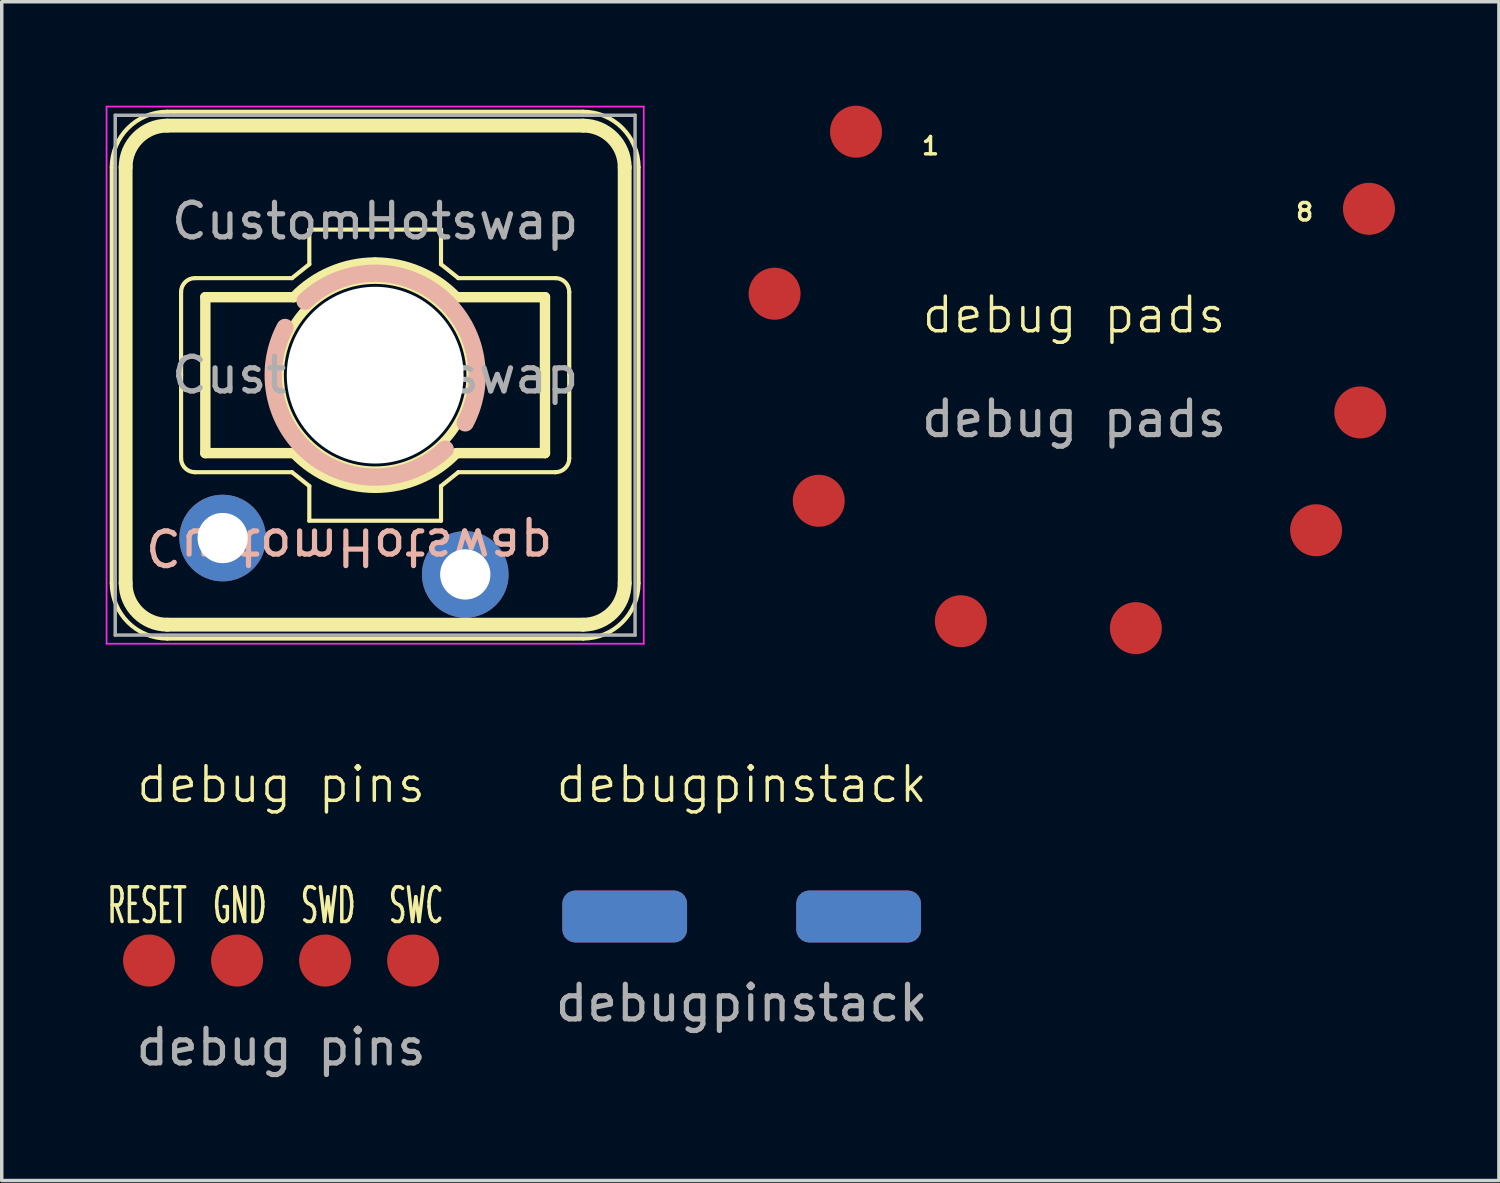
<source format=kicad_pcb>
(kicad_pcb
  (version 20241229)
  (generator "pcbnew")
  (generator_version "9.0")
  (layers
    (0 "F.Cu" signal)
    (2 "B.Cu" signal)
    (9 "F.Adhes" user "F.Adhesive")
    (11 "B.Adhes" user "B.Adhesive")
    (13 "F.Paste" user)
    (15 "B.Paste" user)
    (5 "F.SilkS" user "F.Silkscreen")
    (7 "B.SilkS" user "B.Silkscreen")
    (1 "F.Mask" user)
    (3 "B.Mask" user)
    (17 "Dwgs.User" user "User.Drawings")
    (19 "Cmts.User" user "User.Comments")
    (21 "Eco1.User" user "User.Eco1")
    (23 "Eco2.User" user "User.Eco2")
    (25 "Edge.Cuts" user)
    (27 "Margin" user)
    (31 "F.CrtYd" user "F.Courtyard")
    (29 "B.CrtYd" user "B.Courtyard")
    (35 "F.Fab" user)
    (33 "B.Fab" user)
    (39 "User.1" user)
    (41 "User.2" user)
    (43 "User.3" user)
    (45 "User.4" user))
  (footprint "debugpinstack"
    (layer "F.Cu")
    (at 18.35 23.395)
    (property "Reference" "debugpinstack" (at 0 -3.81 0) (unlocked yes) (layer "F.SilkS") (effects (font (size 1 1) (thickness 0.1))))
    (attr smd)
    (fp_text user "${REFERENCE}" (at 0 2.5 0) (unlocked yes) (layer "F.Fab") (effects (font (size 1 1) (thickness 0.15))))
    (pad "1" smd roundrect (at -3.375 0) (size 3.6 1.5) (layers "F.Cu" "F.Mask" "F.Paste") (roundrect_rratio 0.25))
    (pad "2" smd roundrect (at 3.375 0) (size 3.6 1.5) (layers "F.Cu" "F.Mask" "F.Paste") (roundrect_rratio 0.25))
    (pad "3" smd roundrect (at -3.375 0) (size 3.6 1.5) (layers "B.Cu" "B.Mask" "B.Paste") (roundrect_rratio 0.25))
    (pad "4" smd roundrect (at 3.375 0) (size 3.6 1.5) (layers "B.Cu" "B.Mask" "B.Paste") (roundrect_rratio 0.25)))
  (footprint "CustomHotswap"
    (layer "F.Cu")
    (at 7.775 7.775)
    (property "Reference" "CustomHotswap" (at -0.75 4.95 180) (unlocked yes) (layer "B.SilkS") (effects (font (size 1 1) (thickness 0.15)) (justify mirror)))
    (attr smd)
    (fp_line (start -7.6 6) (end -7.6 -6) (stroke (width 0.12) (type solid)) (layer "F.SilkS"))
    (fp_line (start -7.2 6) (end -7.2 -6) (stroke (width 0.4) (type solid)) (layer "F.SilkS"))
    (fp_line (start -6 -7.6) (end 6 -7.6) (stroke (width 0.12) (type solid)) (layer "F.SilkS"))
    (fp_line (start -6 -7.2) (end 6 -7.2) (stroke (width 0.4) (type solid)) (layer "F.SilkS"))
    (fp_line (start -5.6 -2.4) (end -5.6 0) (stroke (width 0.12) (type solid)) (layer "F.SilkS"))
    (fp_line (start -5.6 2.4) (end -5.6 0) (stroke (width 0.12) (type solid)) (layer "F.SilkS"))
    (fp_line (start -4.9 -2.25) (end -2.347 -2.25) (stroke (width 0.3) (type solid)) (layer "F.SilkS"))
    (fp_line (start -4.9 -2.25) (end -4.9 2.25) (stroke (width 0.3) (type solid)) (layer "F.SilkS"))
    (fp_line (start -4.9 2.25) (end -2.347 2.25) (stroke (width 0.3) (type solid)) (layer "F.SilkS"))
    (fp_line (start -2.4 -2.8) (end -5.2 -2.8) (stroke (width 0.12) (type solid)) (layer "F.SilkS"))
    (fp_line (start -2.4 -2.8) (end -1.9 -3.2) (stroke (width 0.12) (type solid)) (layer "F.SilkS"))
    (fp_line (start -2.4 2.8) (end -5.2 2.8) (stroke (width 0.12) (type solid)) (layer "F.SilkS"))
    (fp_line (start -2.4 2.8) (end -1.9 3.2) (stroke (width 0.12) (type solid)) (layer "F.SilkS"))
    (fp_line (start -1.9 3.2) (end -1.9 4.2) (stroke (width 0.12) (type solid)) (layer "F.SilkS"))
    (fp_line (start -1.9 -4.2) (end 1.9 -4.2) (stroke (width 0.12) (type solid)) (layer "F.SilkS"))
    (fp_line (start -1.9 -3.2) (end -1.9 -4.2) (stroke (width 0.12) (type solid)) (layer "F.SilkS"))
    (fp_line (start 1.9 3.2) (end 1.9 4.2) (stroke (width 0.12) (type solid)) (layer "F.SilkS"))
    (fp_line (start 1.9 4.2) (end -1.9 4.2) (stroke (width 0.12) (type solid)) (layer "F.SilkS"))
    (fp_line (start 1.9 -3.2) (end 1.9 -4.2) (stroke (width 0.12) (type solid)) (layer "F.SilkS"))
    (fp_line (start 2.4 -2.8) (end 1.9 -3.2) (stroke (width 0.12) (type solid)) (layer "F.SilkS"))
    (fp_line (start 2.4 -2.8) (end 5.2 -2.8) (stroke (width 0.12) (type solid)) (layer "F.SilkS"))
    (fp_line (start 2.4 2.8) (end 1.9 3.2) (stroke (width 0.12) (type solid)) (layer "F.SilkS"))
    (fp_line (start 2.4 2.8) (end 5.2 2.8) (stroke (width 0.12) (type solid)) (layer "F.SilkS"))
    (fp_line (start 4.9 -2.25) (end 2.347 -2.25) (stroke (width 0.3) (type solid)) (layer "F.SilkS"))
    (fp_line (start 4.9 -2.25) (end 4.9 2.25) (stroke (width 0.3) (type solid)) (layer "F.SilkS"))
    (fp_line (start 4.9 2.25) (end 2.347 2.25) (stroke (width 0.3) (type solid)) (layer "F.SilkS"))
    (fp_line (start 5.6 -2.4) (end 5.6 0) (stroke (width 0.12) (type solid)) (layer "F.SilkS"))
    (fp_line (start 5.6 2.4) (end 5.6 0) (stroke (width 0.12) (type solid)) (layer "F.SilkS"))
    (fp_line (start 6 7.2) (end -6 7.2) (stroke (width 0.4) (type solid)) (layer "F.SilkS"))
    (fp_line (start 6 7.6) (end -6 7.6) (stroke (width 0.12) (type solid)) (layer "F.SilkS"))
    (fp_line (start 7.2 6) (end 7.2 -6) (stroke (width 0.4) (type solid)) (layer "F.SilkS"))
    (fp_line (start 7.6 6) (end 7.6 -6) (stroke (width 0.12) (type solid)) (layer "F.SilkS"))
    (fp_arc (start -7.6 -6.000006) (mid -7.131369 -7.131373) (end -6 -7.6) (stroke (width 0.12) (type solid)) (layer "F.SilkS"))
    (fp_arc (start -7.2 -6) (mid -6.848528 -6.848528) (end -6 -7.2) (stroke (width 0.4) (type solid)) (layer "F.SilkS"))
    (fp_arc (start -6.000006 7.6) (mid -7.131373 7.131369) (end -7.6 6) (stroke (width 0.12) (type solid)) (layer "F.SilkS"))
    (fp_arc (start -6 7.2) (mid -6.848528 6.848528) (end -7.2 6) (stroke (width 0.4) (type solid)) (layer "F.SilkS"))
    (fp_arc (start -5.599999 -2.4) (mid -5.482842 -2.682843) (end -5.199999 -2.8) (stroke (width 0.12) (type solid)) (layer "F.SilkS"))
    (fp_arc (start -5.199999 2.799999) (mid -5.482842 2.682842) (end -5.599999 2.399999) (stroke (width 0.12) (type solid)) (layer "F.SilkS"))
    (fp_arc (start -2.346551 -2.249823) (mid -1.275573 -2.990137) (end 0 -3.250847) (stroke (width 0.3) (type solid)) (layer "F.SilkS"))
    (fp_arc (start 0 -3.250847) (mid 1.275573 -2.990137) (end 2.346551 -2.249823) (stroke (width 0.3) (type solid)) (layer "F.SilkS"))
    (fp_arc (start 0 3.250847) (mid -1.275573 2.990137) (end -2.346551 2.249823) (stroke (width 0.3) (type solid)) (layer "F.SilkS"))
    (fp_arc (start 2.346551 2.249823) (mid 1.275573 2.990137) (end 0 3.250847) (stroke (width 0.3) (type solid)) (layer "F.SilkS"))
    (fp_arc (start 5.2 -2.799999) (mid 5.482843 -2.682842) (end 5.6 -2.399999) (stroke (width 0.12) (type solid)) (layer "F.SilkS"))
    (fp_arc (start 5.6 2.4) (mid 5.482843 2.682843) (end 5.2 2.8) (stroke (width 0.12) (type solid)) (layer "F.SilkS"))
    (fp_arc (start 6 -7.2) (mid 6.848528 -6.848528) (end 7.2 -6) (stroke (width 0.4) (type solid)) (layer "F.SilkS"))
    (fp_arc (start 6.000006 -7.6) (mid 7.131373 -7.131369) (end 7.6 -6) (stroke (width 0.12) (type solid)) (layer "F.SilkS"))
    (fp_arc (start 7.2 6) (mid 6.848528 6.848528) (end 6 7.2) (stroke (width 0.4) (type solid)) (layer "F.SilkS"))
    (fp_arc (start 7.6 6.000006) (mid 7.131369 7.131373) (end 6 7.6) (stroke (width 0.12) (type solid)) (layer "F.SilkS"))
    (fp_circle (center 0 0) (end 2.758 0) (stroke (width 0.25) (type solid)) (fill no) (layer "F.SilkS"))
    (fp_arc (start -2.021169 -2.136505) (mid 1.77975 -2.341424) (end 2.599465 1.375704) (stroke (width 0.5) (type solid)) (layer "B.SilkS"))
    (fp_arc (start 2.021175 2.136503) (mid -1.779744 2.341422) (end -2.599459 -1.375706) (stroke (width 0.5) (type solid)) (layer "B.SilkS"))
    (fp_line (start -7.25 -7.25) (end -7.25 7.25) (stroke (width 0.1) (type solid)) (layer "Eco1.User"))
    (fp_line (start -7.25 7.25) (end 7.25 7.25) (stroke (width 0.1) (type solid)) (layer "Eco1.User"))
    (fp_line (start 7.25 -7.25) (end -7.25 -7.25) (stroke (width 0.1) (type solid)) (layer "Eco1.User"))
    (fp_line (start 7.25 7.25) (end 7.25 -7.25) (stroke (width 0.1) (type solid)) (layer "Eco1.User"))
    (fp_line (start -7.75 -7.75) (end -7.75 7.75) (stroke (width 0.05) (type solid)) (layer "F.CrtYd"))
    (fp_line (start -7.75 7.75) (end 7.75 7.75) (stroke (width 0.05) (type solid)) (layer "F.CrtYd"))
    (fp_line (start 7.75 -7.75) (end -7.75 -7.75) (stroke (width 0.05) (type solid)) (layer "F.CrtYd"))
    (fp_line (start 7.75 7.75) (end 7.75 -7.75) (stroke (width 0.05) (type solid)) (layer "F.CrtYd"))
    (fp_line (start -7.5 -7.5) (end -7.5 7.5) (stroke (width 0.1) (type solid)) (layer "F.Fab"))
    (fp_line (start -7.5 7.5) (end 7.5 7.5) (stroke (width 0.1) (type solid)) (layer "F.Fab"))
    (fp_line (start 7.5 -7.5) (end -7.5 -7.5) (stroke (width 0.1) (type solid)) (layer "F.Fab"))
    (fp_line (start 7.5 7.5) (end 7.5 -7.5) (stroke (width 0.1) (type solid)) (layer "F.Fab"))
    (fp_text user "${REFERENCE}" (at 0.000006 -0.000002 0) (layer "F.Fab") (effects (font (size 1 1) (thickness 0.15))))
    (fp_text user "${REFERENCE}" (at 0 -4.445 0) (unlocked yes) (layer "F.Fab") (effects (font (size 1 1) (thickness 0.15))))
    (pad "" np_thru_hole circle (at 0 0 180) (size 5.1 5.1) (drill 5.1) (layers "*.Cu" "*.Mask"))
    (pad "1" thru_hole circle (at 2.6 5.75) (size 2.5 2.5) (drill 1.45) (layers "*.Cu" "*.Mask"))
    (pad "2" thru_hole circle (at -4.4 4.7) (size 2.5 2.5) (drill 1.45) (layers "*.Cu" "*.Mask")))
  (footprint "debug pads"
    (layer "F.Cu")
    (at 27.94 6.535)
    (property "Reference" "debug pads" (at 0 -0.5 0) (unlocked yes) (layer "F.SilkS") (effects (font (size 1 1) (thickness 0.1))))
    (attr smd)
    (fp_text user "1" (at -4.445 -5.08 0) (unlocked yes) (layer "F.SilkS") (effects (font (size 0.5 0.5) (thickness 0.1)) (justify left bottom)))
    (fp_text user "8" (at 6.35 -3.175 0) (unlocked yes) (layer "F.SilkS") (effects (font (size 0.5 0.5) (thickness 0.1)) (justify left bottom)))
    (fp_text user "${REFERENCE}" (at 0 2.5 0) (unlocked yes) (layer "F.Fab") (effects (font (size 1 1) (thickness 0.15))))
    (pad "1" smd circle (at -6.29 -5.785 180) (size 1.5 1.5) (layers "F.Cu" "F.Mask" "F.Paste"))
    (pad "2" smd circle (at -8.64 -1.11 180) (size 1.5 1.5) (layers "F.Cu" "F.Mask" "F.Paste"))
    (pad "3" smd circle (at -7.365 4.865 180) (size 1.5 1.5) (layers "F.Cu" "F.Mask" "F.Paste"))
    (pad "4" smd circle (at -3.265 8.34 180) (size 1.5 1.5) (layers "F.Cu" "F.Mask" "F.Paste"))
    (pad "5" smd circle (at 1.785 8.54 180) (size 1.5 1.5) (layers "F.Cu" "F.Mask" "F.Paste"))
    (pad "6" smd circle (at 6.985 5.715 180) (size 1.5 1.5) (layers "F.Cu" "F.Mask" "F.Paste"))
    (pad "7" smd circle (at 8.26 2.315 180) (size 1.5 1.5) (layers "F.Cu" "F.Mask" "F.Paste"))
    (pad "8" smd circle (at 8.51 -3.56 180) (size 1.5 1.5) (layers "F.Cu" "F.Mask" "F.Paste")))
  (footprint "debug pins"
    (layer "F.Cu")
    (at 5.06 24.666)
    (property "Reference" "debug pins" (at 0 -5.08 0) (unlocked yes) (layer "F.SilkS") (effects (font (size 1 1) (thickness 0.1))))
    (attr smd)
    (fp_text user "SWC" (at 3.06 -1 0) (unlocked yes) (layer "F.SilkS") (effects (font (size 1 0.5) (thickness 0.1)) (justify left bottom)))
    (fp_text user "GND" (at -2.02 -1 0) (unlocked yes) (layer "F.SilkS") (effects (font (size 1 0.5) (thickness 0.1)) (justify left bottom)))
    (fp_text user "RESET" (at -5.06 -1 0) (unlocked yes) (layer "F.SilkS") (effects (font (size 1 0.5) (thickness 0.1)) (justify left bottom)))
    (fp_text user "SWD" (at 0.52 -1 0) (unlocked yes) (layer "F.SilkS") (effects (font (size 1 0.5) (thickness 0.1)) (justify left bottom)))
    (fp_text user "${REFERENCE}" (at 0 2.5 0) (unlocked yes) (layer "F.Fab") (effects (font (size 1 1) (thickness 0.15))))
    (pad "1" smd circle (at -3.81 0) (size 1.5 1.5) (layers "F.Cu" "F.Mask" "F.Paste"))
    (pad "2" smd circle (at -1.27 0) (size 1.5 1.5) (layers "F.Cu" "F.Mask" "F.Paste"))
    (pad "3" smd circle (at 1.27 0) (size 1.5 1.5) (layers "F.Cu" "F.Mask" "F.Paste"))
    (pad "4" smd circle (at 3.81 0) (size 1.5 1.5) (layers "F.Cu" "F.Mask" "F.Paste")))
  (gr_rect
    (start -3 -3)
    (end 40.2 31.014)
    (stroke (width 0.1) (type default))
    (fill no)
    (layer "Edge.Cuts")))
</source>
